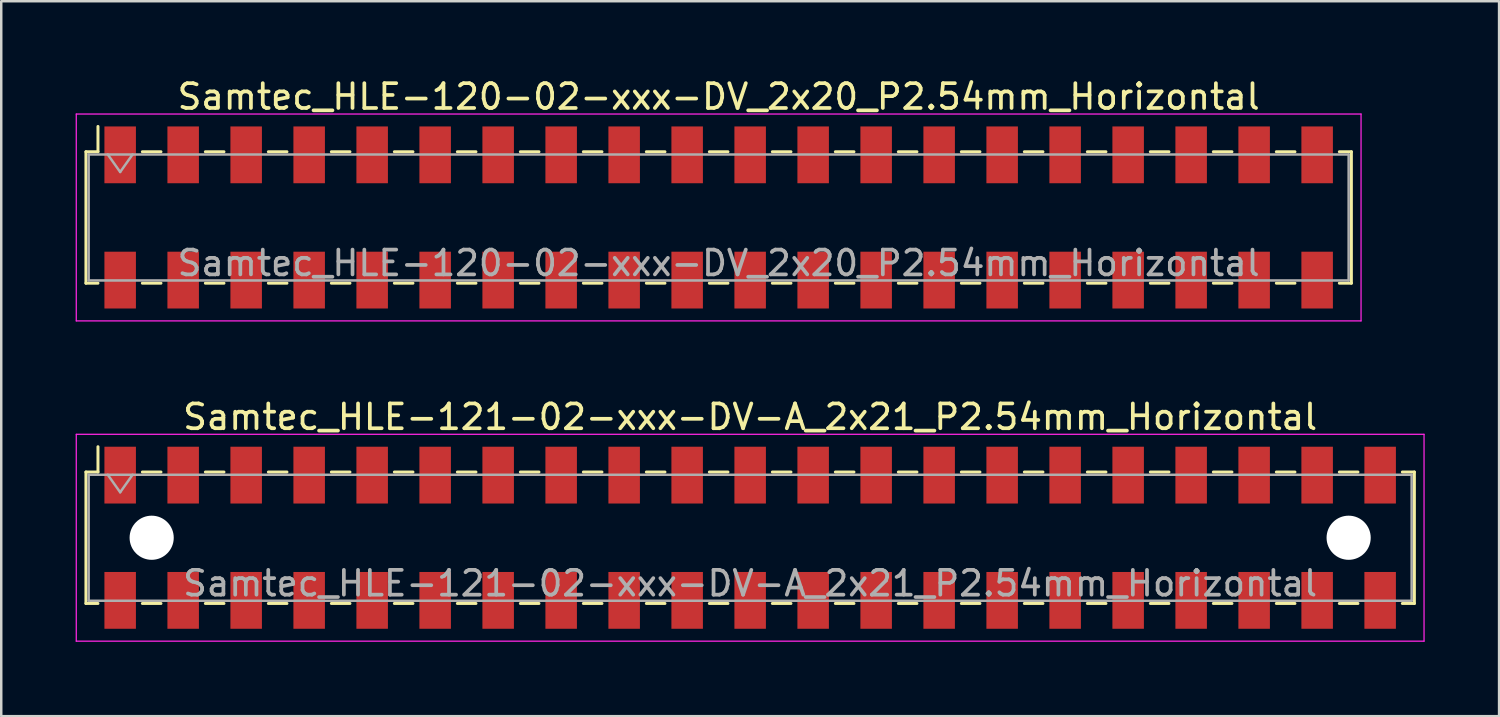
<source format=kicad_pcb>
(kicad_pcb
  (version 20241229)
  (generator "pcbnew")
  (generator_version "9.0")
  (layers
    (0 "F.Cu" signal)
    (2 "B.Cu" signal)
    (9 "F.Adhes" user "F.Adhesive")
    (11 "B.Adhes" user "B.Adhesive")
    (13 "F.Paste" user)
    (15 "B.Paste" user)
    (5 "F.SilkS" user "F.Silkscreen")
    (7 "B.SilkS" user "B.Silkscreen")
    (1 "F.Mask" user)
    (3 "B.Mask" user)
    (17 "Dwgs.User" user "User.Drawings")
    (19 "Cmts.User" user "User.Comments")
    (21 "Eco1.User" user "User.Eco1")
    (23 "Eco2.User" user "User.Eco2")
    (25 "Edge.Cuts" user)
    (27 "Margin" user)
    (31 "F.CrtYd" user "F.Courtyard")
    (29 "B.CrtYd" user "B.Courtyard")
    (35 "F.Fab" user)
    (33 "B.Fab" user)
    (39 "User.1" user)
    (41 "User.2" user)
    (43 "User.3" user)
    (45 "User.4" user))
  (footprint "Samtec_HLE-121-02-xxx-DV-A_2x21_P2.54mm_Horizontal"
    (layer "F.Cu")
    (at 27.195 18.631)
    (property "Reference" "Samtec_HLE-121-02-xxx-DV-A_2x21_P2.54mm_Horizontal" (at 0 -4.87 0) (layer "F.SilkS") (effects (font (size 1 1) (thickness 0.15))))
    (attr smd)
    (fp_line (start -26.78 -2.65) (end -26.78 2.65) (stroke (width 0.12) (type solid)) (layer "F.SilkS"))
    (fp_line (start -26.78 2.65) (end -26.295 2.65) (stroke (width 0.12) (type solid)) (layer "F.SilkS"))
    (fp_line (start -26.295 -3.67) (end -26.295 -2.65) (stroke (width 0.12) (type solid)) (layer "F.SilkS"))
    (fp_line (start -26.295 -2.65) (end -26.78 -2.65) (stroke (width 0.12) (type solid)) (layer "F.SilkS"))
    (fp_line (start -24.505 -2.65) (end -23.755 -2.65) (stroke (width 0.12) (type solid)) (layer "F.SilkS"))
    (fp_line (start -24.505 2.65) (end -23.755 2.65) (stroke (width 0.12) (type solid)) (layer "F.SilkS"))
    (fp_line (start -21.965 -2.65) (end -21.215 -2.65) (stroke (width 0.12) (type solid)) (layer "F.SilkS"))
    (fp_line (start -21.965 2.65) (end -21.215 2.65) (stroke (width 0.12) (type solid)) (layer "F.SilkS"))
    (fp_line (start -19.425 -2.65) (end -18.675 -2.65) (stroke (width 0.12) (type solid)) (layer "F.SilkS"))
    (fp_line (start -19.425 2.65) (end -18.675 2.65) (stroke (width 0.12) (type solid)) (layer "F.SilkS"))
    (fp_line (start -16.885 -2.65) (end -16.135 -2.65) (stroke (width 0.12) (type solid)) (layer "F.SilkS"))
    (fp_line (start -16.885 2.65) (end -16.135 2.65) (stroke (width 0.12) (type solid)) (layer "F.SilkS"))
    (fp_line (start -14.345 -2.65) (end -13.595 -2.65) (stroke (width 0.12) (type solid)) (layer "F.SilkS"))
    (fp_line (start -14.345 2.65) (end -13.595 2.65) (stroke (width 0.12) (type solid)) (layer "F.SilkS"))
    (fp_line (start -11.805 -2.65) (end -11.055 -2.65) (stroke (width 0.12) (type solid)) (layer "F.SilkS"))
    (fp_line (start -11.805 2.65) (end -11.055 2.65) (stroke (width 0.12) (type solid)) (layer "F.SilkS"))
    (fp_line (start -9.265 -2.65) (end -8.515 -2.65) (stroke (width 0.12) (type solid)) (layer "F.SilkS"))
    (fp_line (start -9.265 2.65) (end -8.515 2.65) (stroke (width 0.12) (type solid)) (layer "F.SilkS"))
    (fp_line (start -6.725 -2.65) (end -5.975 -2.65) (stroke (width 0.12) (type solid)) (layer "F.SilkS"))
    (fp_line (start -6.725 2.65) (end -5.975 2.65) (stroke (width 0.12) (type solid)) (layer "F.SilkS"))
    (fp_line (start -4.185 -2.65) (end -3.435 -2.65) (stroke (width 0.12) (type solid)) (layer "F.SilkS"))
    (fp_line (start -4.185 2.65) (end -3.435 2.65) (stroke (width 0.12) (type solid)) (layer "F.SilkS"))
    (fp_line (start -1.645 -2.65) (end -0.895 -2.65) (stroke (width 0.12) (type solid)) (layer "F.SilkS"))
    (fp_line (start -1.645 2.65) (end -0.895 2.65) (stroke (width 0.12) (type solid)) (layer "F.SilkS"))
    (fp_line (start 0.895 -2.65) (end 1.645 -2.65) (stroke (width 0.12) (type solid)) (layer "F.SilkS"))
    (fp_line (start 0.895 2.65) (end 1.645 2.65) (stroke (width 0.12) (type solid)) (layer "F.SilkS"))
    (fp_line (start 3.435 -2.65) (end 4.185 -2.65) (stroke (width 0.12) (type solid)) (layer "F.SilkS"))
    (fp_line (start 3.435 2.65) (end 4.185 2.65) (stroke (width 0.12) (type solid)) (layer "F.SilkS"))
    (fp_line (start 5.975 -2.65) (end 6.725 -2.65) (stroke (width 0.12) (type solid)) (layer "F.SilkS"))
    (fp_line (start 5.975 2.65) (end 6.725 2.65) (stroke (width 0.12) (type solid)) (layer "F.SilkS"))
    (fp_line (start 8.515 -2.65) (end 9.265 -2.65) (stroke (width 0.12) (type solid)) (layer "F.SilkS"))
    (fp_line (start 8.515 2.65) (end 9.265 2.65) (stroke (width 0.12) (type solid)) (layer "F.SilkS"))
    (fp_line (start 11.055 -2.65) (end 11.805 -2.65) (stroke (width 0.12) (type solid)) (layer "F.SilkS"))
    (fp_line (start 11.055 2.65) (end 11.805 2.65) (stroke (width 0.12) (type solid)) (layer "F.SilkS"))
    (fp_line (start 13.595 -2.65) (end 14.345 -2.65) (stroke (width 0.12) (type solid)) (layer "F.SilkS"))
    (fp_line (start 13.595 2.65) (end 14.345 2.65) (stroke (width 0.12) (type solid)) (layer "F.SilkS"))
    (fp_line (start 16.135 -2.65) (end 16.885 -2.65) (stroke (width 0.12) (type solid)) (layer "F.SilkS"))
    (fp_line (start 16.135 2.65) (end 16.885 2.65) (stroke (width 0.12) (type solid)) (layer "F.SilkS"))
    (fp_line (start 18.675 -2.65) (end 19.425 -2.65) (stroke (width 0.12) (type solid)) (layer "F.SilkS"))
    (fp_line (start 18.675 2.65) (end 19.425 2.65) (stroke (width 0.12) (type solid)) (layer "F.SilkS"))
    (fp_line (start 21.215 -2.65) (end 21.965 -2.65) (stroke (width 0.12) (type solid)) (layer "F.SilkS"))
    (fp_line (start 21.215 2.65) (end 21.965 2.65) (stroke (width 0.12) (type solid)) (layer "F.SilkS"))
    (fp_line (start 23.755 -2.65) (end 24.505 -2.65) (stroke (width 0.12) (type solid)) (layer "F.SilkS"))
    (fp_line (start 23.755 2.65) (end 24.505 2.65) (stroke (width 0.12) (type solid)) (layer "F.SilkS"))
    (fp_line (start 26.295 -2.65) (end 26.78 -2.65) (stroke (width 0.12) (type solid)) (layer "F.SilkS"))
    (fp_line (start 26.78 -2.65) (end 26.78 2.65) (stroke (width 0.12) (type solid)) (layer "F.SilkS"))
    (fp_line (start 26.78 2.65) (end 26.295 2.65) (stroke (width 0.12) (type solid)) (layer "F.SilkS"))
    (fp_line (start -27.17 -4.17) (end 27.17 -4.17) (stroke (width 0.05) (type solid)) (layer "F.CrtYd"))
    (fp_line (start -27.17 4.17) (end -27.17 -4.17) (stroke (width 0.05) (type solid)) (layer "F.CrtYd"))
    (fp_line (start 27.17 -4.17) (end 27.17 4.17) (stroke (width 0.05) (type solid)) (layer "F.CrtYd"))
    (fp_line (start 27.17 4.17) (end -27.17 4.17) (stroke (width 0.05) (type solid)) (layer "F.CrtYd"))
    (fp_line (start -26.67 -2.54) (end 26.67 -2.54) (stroke (width 0.1) (type solid)) (layer "F.Fab"))
    (fp_line (start -26.67 2.54) (end -26.67 -2.54) (stroke (width 0.1) (type solid)) (layer "F.Fab"))
    (fp_line (start -25.9 -2.54) (end -25.4 -1.833) (stroke (width 0.1) (type solid)) (layer "F.Fab"))
    (fp_line (start -25.4 -1.833) (end -24.9 -2.54) (stroke (width 0.1) (type solid)) (layer "F.Fab"))
    (fp_line (start 26.67 -2.54) (end 26.67 2.54) (stroke (width 0.1) (type solid)) (layer "F.Fab"))
    (fp_line (start 26.67 2.54) (end -26.67 2.54) (stroke (width 0.1) (type solid)) (layer "F.Fab"))
    (fp_text user "${REFERENCE}" (at 0 1.84 0) (layer "F.Fab") (effects (font (size 1 1) (thickness 0.15))))
    (pad "" np_thru_hole circle (at -24.13 0) (size 1.78 1.78) (drill 1.78) (layers "*.Cu" "*.Mask"))
    (pad "" np_thru_hole circle (at 24.13 0) (size 1.78 1.78) (drill 1.78) (layers "*.Cu" "*.Mask"))
    (pad "1" smd rect (at -25.4 -2.525) (size 1.27 2.29) (layers "F.Cu" "F.Mask" "F.Paste"))
    (pad "2" smd rect (at -25.4 2.525) (size 1.27 2.29) (layers "F.Cu" "F.Mask" "F.Paste"))
    (pad "3" smd rect (at -22.86 -2.525) (size 1.27 2.29) (layers "F.Cu" "F.Mask" "F.Paste"))
    (pad "4" smd rect (at -22.86 2.525) (size 1.27 2.29) (layers "F.Cu" "F.Mask" "F.Paste"))
    (pad "5" smd rect (at -20.32 -2.525) (size 1.27 2.29) (layers "F.Cu" "F.Mask" "F.Paste"))
    (pad "6" smd rect (at -20.32 2.525) (size 1.27 2.29) (layers "F.Cu" "F.Mask" "F.Paste"))
    (pad "7" smd rect (at -17.78 -2.525) (size 1.27 2.29) (layers "F.Cu" "F.Mask" "F.Paste"))
    (pad "8" smd rect (at -17.78 2.525) (size 1.27 2.29) (layers "F.Cu" "F.Mask" "F.Paste"))
    (pad "9" smd rect (at -15.24 -2.525) (size 1.27 2.29) (layers "F.Cu" "F.Mask" "F.Paste"))
    (pad "10" smd rect (at -15.24 2.525) (size 1.27 2.29) (layers "F.Cu" "F.Mask" "F.Paste"))
    (pad "11" smd rect (at -12.7 -2.525) (size 1.27 2.29) (layers "F.Cu" "F.Mask" "F.Paste"))
    (pad "12" smd rect (at -12.7 2.525) (size 1.27 2.29) (layers "F.Cu" "F.Mask" "F.Paste"))
    (pad "13" smd rect (at -10.16 -2.525) (size 1.27 2.29) (layers "F.Cu" "F.Mask" "F.Paste"))
    (pad "14" smd rect (at -10.16 2.525) (size 1.27 2.29) (layers "F.Cu" "F.Mask" "F.Paste"))
    (pad "15" smd rect (at -7.62 -2.525) (size 1.27 2.29) (layers "F.Cu" "F.Mask" "F.Paste"))
    (pad "16" smd rect (at -7.62 2.525) (size 1.27 2.29) (layers "F.Cu" "F.Mask" "F.Paste"))
    (pad "17" smd rect (at -5.08 -2.525) (size 1.27 2.29) (layers "F.Cu" "F.Mask" "F.Paste"))
    (pad "18" smd rect (at -5.08 2.525) (size 1.27 2.29) (layers "F.Cu" "F.Mask" "F.Paste"))
    (pad "19" smd rect (at -2.54 -2.525) (size 1.27 2.29) (layers "F.Cu" "F.Mask" "F.Paste"))
    (pad "20" smd rect (at -2.54 2.525) (size 1.27 2.29) (layers "F.Cu" "F.Mask" "F.Paste"))
    (pad "21" smd rect (at 0 -2.525) (size 1.27 2.29) (layers "F.Cu" "F.Mask" "F.Paste"))
    (pad "22" smd rect (at 0 2.525) (size 1.27 2.29) (layers "F.Cu" "F.Mask" "F.Paste"))
    (pad "23" smd rect (at 2.54 -2.525) (size 1.27 2.29) (layers "F.Cu" "F.Mask" "F.Paste"))
    (pad "24" smd rect (at 2.54 2.525) (size 1.27 2.29) (layers "F.Cu" "F.Mask" "F.Paste"))
    (pad "25" smd rect (at 5.08 -2.525) (size 1.27 2.29) (layers "F.Cu" "F.Mask" "F.Paste"))
    (pad "26" smd rect (at 5.08 2.525) (size 1.27 2.29) (layers "F.Cu" "F.Mask" "F.Paste"))
    (pad "27" smd rect (at 7.62 -2.525) (size 1.27 2.29) (layers "F.Cu" "F.Mask" "F.Paste"))
    (pad "28" smd rect (at 7.62 2.525) (size 1.27 2.29) (layers "F.Cu" "F.Mask" "F.Paste"))
    (pad "29" smd rect (at 10.16 -2.525) (size 1.27 2.29) (layers "F.Cu" "F.Mask" "F.Paste"))
    (pad "30" smd rect (at 10.16 2.525) (size 1.27 2.29) (layers "F.Cu" "F.Mask" "F.Paste"))
    (pad "31" smd rect (at 12.7 -2.525) (size 1.27 2.29) (layers "F.Cu" "F.Mask" "F.Paste"))
    (pad "32" smd rect (at 12.7 2.525) (size 1.27 2.29) (layers "F.Cu" "F.Mask" "F.Paste"))
    (pad "33" smd rect (at 15.24 -2.525) (size 1.27 2.29) (layers "F.Cu" "F.Mask" "F.Paste"))
    (pad "34" smd rect (at 15.24 2.525) (size 1.27 2.29) (layers "F.Cu" "F.Mask" "F.Paste"))
    (pad "35" smd rect (at 17.78 -2.525) (size 1.27 2.29) (layers "F.Cu" "F.Mask" "F.Paste"))
    (pad "36" smd rect (at 17.78 2.525) (size 1.27 2.29) (layers "F.Cu" "F.Mask" "F.Paste"))
    (pad "37" smd rect (at 20.32 -2.525) (size 1.27 2.29) (layers "F.Cu" "F.Mask" "F.Paste"))
    (pad "38" smd rect (at 20.32 2.525) (size 1.27 2.29) (layers "F.Cu" "F.Mask" "F.Paste"))
    (pad "39" smd rect (at 22.86 -2.525) (size 1.27 2.29) (layers "F.Cu" "F.Mask" "F.Paste"))
    (pad "40" smd rect (at 22.86 2.525) (size 1.27 2.29) (layers "F.Cu" "F.Mask" "F.Paste"))
    (pad "41" smd rect (at 25.4 -2.525) (size 1.27 2.29) (layers "F.Cu" "F.Mask" "F.Paste"))
    (pad "42" smd rect (at 25.4 2.525) (size 1.27 2.29) (layers "F.Cu" "F.Mask" "F.Paste")))
  (footprint "Samtec_HLE-120-02-xxx-DV_2x20_P2.54mm_Horizontal"
    (layer "F.Cu")
    (at 25.925 5.718)
    (property "Reference" "Samtec_HLE-120-02-xxx-DV_2x20_P2.54mm_Horizontal" (at 0 -4.87 0) (layer "F.SilkS") (effects (font (size 1 1) (thickness 0.15))))
    (attr smd)
    (fp_line (start -25.51 -2.65) (end -25.51 2.65) (stroke (width 0.12) (type solid)) (layer "F.SilkS"))
    (fp_line (start -25.51 2.65) (end -25.025 2.65) (stroke (width 0.12) (type solid)) (layer "F.SilkS"))
    (fp_line (start -25.025 -3.67) (end -25.025 -2.65) (stroke (width 0.12) (type solid)) (layer "F.SilkS"))
    (fp_line (start -25.025 -2.65) (end -25.51 -2.65) (stroke (width 0.12) (type solid)) (layer "F.SilkS"))
    (fp_line (start -23.235 -2.65) (end -22.485 -2.65) (stroke (width 0.12) (type solid)) (layer "F.SilkS"))
    (fp_line (start -23.235 2.65) (end -22.485 2.65) (stroke (width 0.12) (type solid)) (layer "F.SilkS"))
    (fp_line (start -20.695 -2.65) (end -19.945 -2.65) (stroke (width 0.12) (type solid)) (layer "F.SilkS"))
    (fp_line (start -20.695 2.65) (end -19.945 2.65) (stroke (width 0.12) (type solid)) (layer "F.SilkS"))
    (fp_line (start -18.155 -2.65) (end -17.405 -2.65) (stroke (width 0.12) (type solid)) (layer "F.SilkS"))
    (fp_line (start -18.155 2.65) (end -17.405 2.65) (stroke (width 0.12) (type solid)) (layer "F.SilkS"))
    (fp_line (start -15.615 -2.65) (end -14.865 -2.65) (stroke (width 0.12) (type solid)) (layer "F.SilkS"))
    (fp_line (start -15.615 2.65) (end -14.865 2.65) (stroke (width 0.12) (type solid)) (layer "F.SilkS"))
    (fp_line (start -13.075 -2.65) (end -12.325 -2.65) (stroke (width 0.12) (type solid)) (layer "F.SilkS"))
    (fp_line (start -13.075 2.65) (end -12.325 2.65) (stroke (width 0.12) (type solid)) (layer "F.SilkS"))
    (fp_line (start -10.535 -2.65) (end -9.785 -2.65) (stroke (width 0.12) (type solid)) (layer "F.SilkS"))
    (fp_line (start -10.535 2.65) (end -9.785 2.65) (stroke (width 0.12) (type solid)) (layer "F.SilkS"))
    (fp_line (start -7.995 -2.65) (end -7.245 -2.65) (stroke (width 0.12) (type solid)) (layer "F.SilkS"))
    (fp_line (start -7.995 2.65) (end -7.245 2.65) (stroke (width 0.12) (type solid)) (layer "F.SilkS"))
    (fp_line (start -5.455 -2.65) (end -4.705 -2.65) (stroke (width 0.12) (type solid)) (layer "F.SilkS"))
    (fp_line (start -5.455 2.65) (end -4.705 2.65) (stroke (width 0.12) (type solid)) (layer "F.SilkS"))
    (fp_line (start -2.915 -2.65) (end -2.165 -2.65) (stroke (width 0.12) (type solid)) (layer "F.SilkS"))
    (fp_line (start -2.915 2.65) (end -2.165 2.65) (stroke (width 0.12) (type solid)) (layer "F.SilkS"))
    (fp_line (start -0.375 -2.65) (end 0.375 -2.65) (stroke (width 0.12) (type solid)) (layer "F.SilkS"))
    (fp_line (start -0.375 2.65) (end 0.375 2.65) (stroke (width 0.12) (type solid)) (layer "F.SilkS"))
    (fp_line (start 2.165 -2.65) (end 2.915 -2.65) (stroke (width 0.12) (type solid)) (layer "F.SilkS"))
    (fp_line (start 2.165 2.65) (end 2.915 2.65) (stroke (width 0.12) (type solid)) (layer "F.SilkS"))
    (fp_line (start 4.705 -2.65) (end 5.455 -2.65) (stroke (width 0.12) (type solid)) (layer "F.SilkS"))
    (fp_line (start 4.705 2.65) (end 5.455 2.65) (stroke (width 0.12) (type solid)) (layer "F.SilkS"))
    (fp_line (start 7.245 -2.65) (end 7.995 -2.65) (stroke (width 0.12) (type solid)) (layer "F.SilkS"))
    (fp_line (start 7.245 2.65) (end 7.995 2.65) (stroke (width 0.12) (type solid)) (layer "F.SilkS"))
    (fp_line (start 9.785 -2.65) (end 10.535 -2.65) (stroke (width 0.12) (type solid)) (layer "F.SilkS"))
    (fp_line (start 9.785 2.65) (end 10.535 2.65) (stroke (width 0.12) (type solid)) (layer "F.SilkS"))
    (fp_line (start 12.325 -2.65) (end 13.075 -2.65) (stroke (width 0.12) (type solid)) (layer "F.SilkS"))
    (fp_line (start 12.325 2.65) (end 13.075 2.65) (stroke (width 0.12) (type solid)) (layer "F.SilkS"))
    (fp_line (start 14.865 -2.65) (end 15.615 -2.65) (stroke (width 0.12) (type solid)) (layer "F.SilkS"))
    (fp_line (start 14.865 2.65) (end 15.615 2.65) (stroke (width 0.12) (type solid)) (layer "F.SilkS"))
    (fp_line (start 17.405 -2.65) (end 18.155 -2.65) (stroke (width 0.12) (type solid)) (layer "F.SilkS"))
    (fp_line (start 17.405 2.65) (end 18.155 2.65) (stroke (width 0.12) (type solid)) (layer "F.SilkS"))
    (fp_line (start 19.945 -2.65) (end 20.695 -2.65) (stroke (width 0.12) (type solid)) (layer "F.SilkS"))
    (fp_line (start 19.945 2.65) (end 20.695 2.65) (stroke (width 0.12) (type solid)) (layer "F.SilkS"))
    (fp_line (start 22.485 -2.65) (end 23.235 -2.65) (stroke (width 0.12) (type solid)) (layer "F.SilkS"))
    (fp_line (start 22.485 2.65) (end 23.235 2.65) (stroke (width 0.12) (type solid)) (layer "F.SilkS"))
    (fp_line (start 25.025 -2.65) (end 25.51 -2.65) (stroke (width 0.12) (type solid)) (layer "F.SilkS"))
    (fp_line (start 25.51 -2.65) (end 25.51 2.65) (stroke (width 0.12) (type solid)) (layer "F.SilkS"))
    (fp_line (start 25.51 2.65) (end 25.025 2.65) (stroke (width 0.12) (type solid)) (layer "F.SilkS"))
    (fp_line (start -25.9 -4.17) (end 25.9 -4.17) (stroke (width 0.05) (type solid)) (layer "F.CrtYd"))
    (fp_line (start -25.9 4.17) (end -25.9 -4.17) (stroke (width 0.05) (type solid)) (layer "F.CrtYd"))
    (fp_line (start 25.9 -4.17) (end 25.9 4.17) (stroke (width 0.05) (type solid)) (layer "F.CrtYd"))
    (fp_line (start 25.9 4.17) (end -25.9 4.17) (stroke (width 0.05) (type solid)) (layer "F.CrtYd"))
    (fp_line (start -25.4 -2.54) (end 25.4 -2.54) (stroke (width 0.1) (type solid)) (layer "F.Fab"))
    (fp_line (start -25.4 2.54) (end -25.4 -2.54) (stroke (width 0.1) (type solid)) (layer "F.Fab"))
    (fp_line (start -24.63 -2.54) (end -24.13 -1.833) (stroke (width 0.1) (type solid)) (layer "F.Fab"))
    (fp_line (start -24.13 -1.833) (end -23.63 -2.54) (stroke (width 0.1) (type solid)) (layer "F.Fab"))
    (fp_line (start 25.4 -2.54) (end 25.4 2.54) (stroke (width 0.1) (type solid)) (layer "F.Fab"))
    (fp_line (start 25.4 2.54) (end -25.4 2.54) (stroke (width 0.1) (type solid)) (layer "F.Fab"))
    (fp_text user "${REFERENCE}" (at 0 1.84 0) (layer "F.Fab") (effects (font (size 1 1) (thickness 0.15))))
    (pad "1" smd rect (at -24.13 -2.525) (size 1.27 2.29) (layers "F.Cu" "F.Mask" "F.Paste"))
    (pad "2" smd rect (at -24.13 2.525) (size 1.27 2.29) (layers "F.Cu" "F.Mask" "F.Paste"))
    (pad "3" smd rect (at -21.59 -2.525) (size 1.27 2.29) (layers "F.Cu" "F.Mask" "F.Paste"))
    (pad "4" smd rect (at -21.59 2.525) (size 1.27 2.29) (layers "F.Cu" "F.Mask" "F.Paste"))
    (pad "5" smd rect (at -19.05 -2.525) (size 1.27 2.29) (layers "F.Cu" "F.Mask" "F.Paste"))
    (pad "6" smd rect (at -19.05 2.525) (size 1.27 2.29) (layers "F.Cu" "F.Mask" "F.Paste"))
    (pad "7" smd rect (at -16.51 -2.525) (size 1.27 2.29) (layers "F.Cu" "F.Mask" "F.Paste"))
    (pad "8" smd rect (at -16.51 2.525) (size 1.27 2.29) (layers "F.Cu" "F.Mask" "F.Paste"))
    (pad "9" smd rect (at -13.97 -2.525) (size 1.27 2.29) (layers "F.Cu" "F.Mask" "F.Paste"))
    (pad "10" smd rect (at -13.97 2.525) (size 1.27 2.29) (layers "F.Cu" "F.Mask" "F.Paste"))
    (pad "11" smd rect (at -11.43 -2.525) (size 1.27 2.29) (layers "F.Cu" "F.Mask" "F.Paste"))
    (pad "12" smd rect (at -11.43 2.525) (size 1.27 2.29) (layers "F.Cu" "F.Mask" "F.Paste"))
    (pad "13" smd rect (at -8.89 -2.525) (size 1.27 2.29) (layers "F.Cu" "F.Mask" "F.Paste"))
    (pad "14" smd rect (at -8.89 2.525) (size 1.27 2.29) (layers "F.Cu" "F.Mask" "F.Paste"))
    (pad "15" smd rect (at -6.35 -2.525) (size 1.27 2.29) (layers "F.Cu" "F.Mask" "F.Paste"))
    (pad "16" smd rect (at -6.35 2.525) (size 1.27 2.29) (layers "F.Cu" "F.Mask" "F.Paste"))
    (pad "17" smd rect (at -3.81 -2.525) (size 1.27 2.29) (layers "F.Cu" "F.Mask" "F.Paste"))
    (pad "18" smd rect (at -3.81 2.525) (size 1.27 2.29) (layers "F.Cu" "F.Mask" "F.Paste"))
    (pad "19" smd rect (at -1.27 -2.525) (size 1.27 2.29) (layers "F.Cu" "F.Mask" "F.Paste"))
    (pad "20" smd rect (at -1.27 2.525) (size 1.27 2.29) (layers "F.Cu" "F.Mask" "F.Paste"))
    (pad "21" smd rect (at 1.27 -2.525) (size 1.27 2.29) (layers "F.Cu" "F.Mask" "F.Paste"))
    (pad "22" smd rect (at 1.27 2.525) (size 1.27 2.29) (layers "F.Cu" "F.Mask" "F.Paste"))
    (pad "23" smd rect (at 3.81 -2.525) (size 1.27 2.29) (layers "F.Cu" "F.Mask" "F.Paste"))
    (pad "24" smd rect (at 3.81 2.525) (size 1.27 2.29) (layers "F.Cu" "F.Mask" "F.Paste"))
    (pad "25" smd rect (at 6.35 -2.525) (size 1.27 2.29) (layers "F.Cu" "F.Mask" "F.Paste"))
    (pad "26" smd rect (at 6.35 2.525) (size 1.27 2.29) (layers "F.Cu" "F.Mask" "F.Paste"))
    (pad "27" smd rect (at 8.89 -2.525) (size 1.27 2.29) (layers "F.Cu" "F.Mask" "F.Paste"))
    (pad "28" smd rect (at 8.89 2.525) (size 1.27 2.29) (layers "F.Cu" "F.Mask" "F.Paste"))
    (pad "29" smd rect (at 11.43 -2.525) (size 1.27 2.29) (layers "F.Cu" "F.Mask" "F.Paste"))
    (pad "30" smd rect (at 11.43 2.525) (size 1.27 2.29) (layers "F.Cu" "F.Mask" "F.Paste"))
    (pad "31" smd rect (at 13.97 -2.525) (size 1.27 2.29) (layers "F.Cu" "F.Mask" "F.Paste"))
    (pad "32" smd rect (at 13.97 2.525) (size 1.27 2.29) (layers "F.Cu" "F.Mask" "F.Paste"))
    (pad "33" smd rect (at 16.51 -2.525) (size 1.27 2.29) (layers "F.Cu" "F.Mask" "F.Paste"))
    (pad "34" smd rect (at 16.51 2.525) (size 1.27 2.29) (layers "F.Cu" "F.Mask" "F.Paste"))
    (pad "35" smd rect (at 19.05 -2.525) (size 1.27 2.29) (layers "F.Cu" "F.Mask" "F.Paste"))
    (pad "36" smd rect (at 19.05 2.525) (size 1.27 2.29) (layers "F.Cu" "F.Mask" "F.Paste"))
    (pad "37" smd rect (at 21.59 -2.525) (size 1.27 2.29) (layers "F.Cu" "F.Mask" "F.Paste"))
    (pad "38" smd rect (at 21.59 2.525) (size 1.27 2.29) (layers "F.Cu" "F.Mask" "F.Paste"))
    (pad "39" smd rect (at 24.13 -2.525) (size 1.27 2.29) (layers "F.Cu" "F.Mask" "F.Paste"))
    (pad "40" smd rect (at 24.13 2.525) (size 1.27 2.29) (layers "F.Cu" "F.Mask" "F.Paste")))
  (gr_rect
    (start -3 -3)
    (end 57.39 25.826)
    (stroke (width 0.1) (type default))
    (fill no)
    (layer "Edge.Cuts")))
</source>
